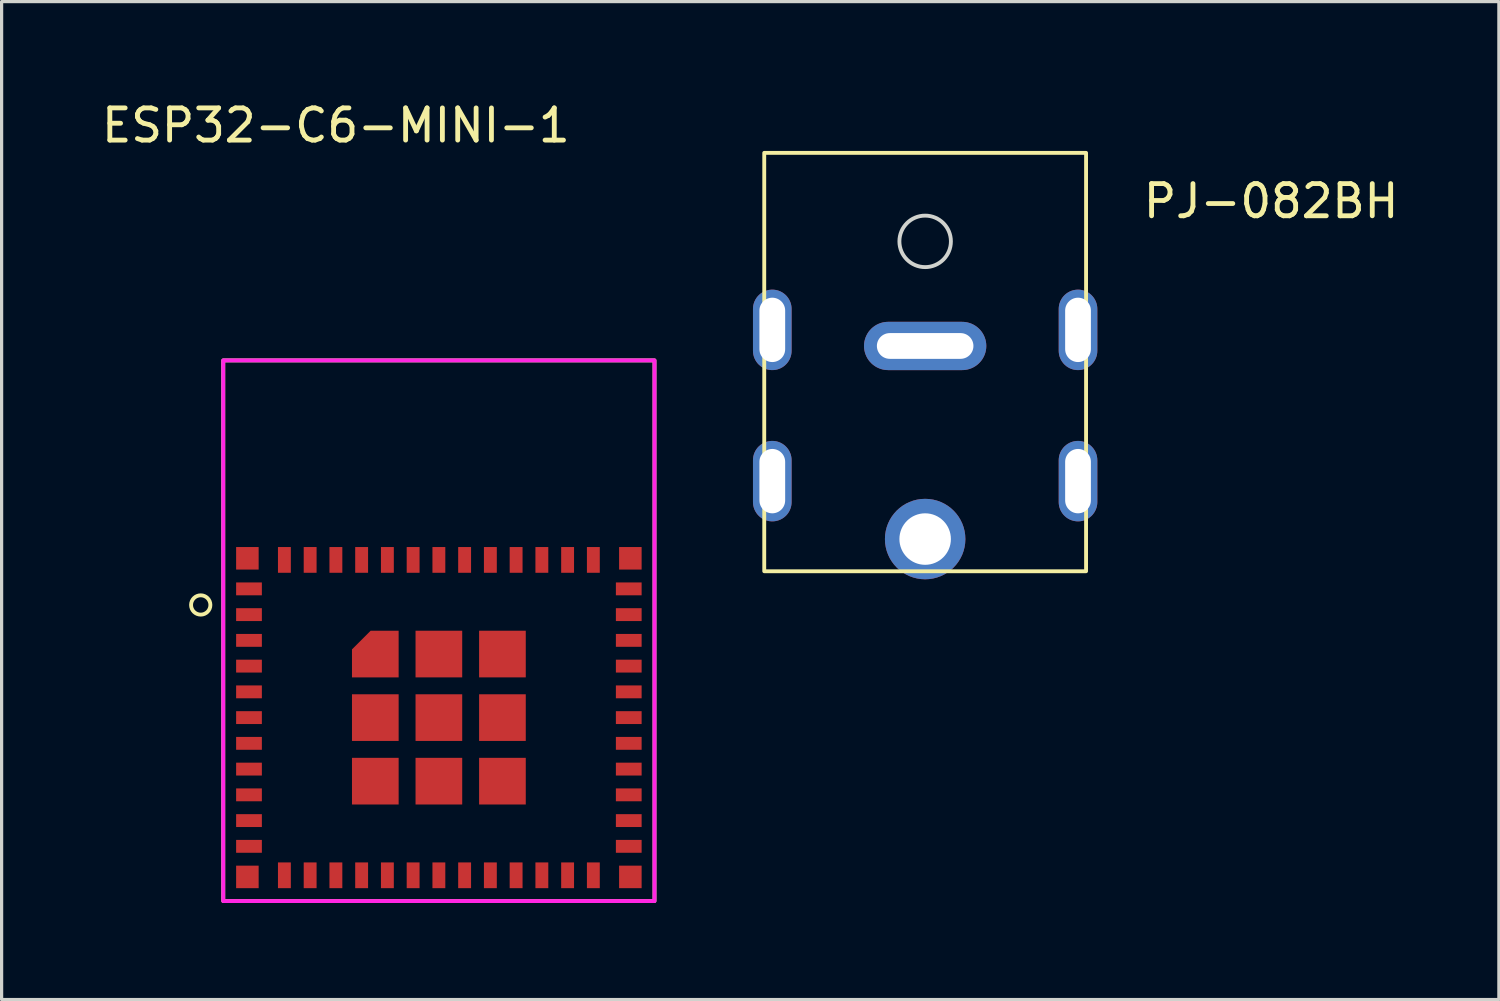
<source format=kicad_pcb>
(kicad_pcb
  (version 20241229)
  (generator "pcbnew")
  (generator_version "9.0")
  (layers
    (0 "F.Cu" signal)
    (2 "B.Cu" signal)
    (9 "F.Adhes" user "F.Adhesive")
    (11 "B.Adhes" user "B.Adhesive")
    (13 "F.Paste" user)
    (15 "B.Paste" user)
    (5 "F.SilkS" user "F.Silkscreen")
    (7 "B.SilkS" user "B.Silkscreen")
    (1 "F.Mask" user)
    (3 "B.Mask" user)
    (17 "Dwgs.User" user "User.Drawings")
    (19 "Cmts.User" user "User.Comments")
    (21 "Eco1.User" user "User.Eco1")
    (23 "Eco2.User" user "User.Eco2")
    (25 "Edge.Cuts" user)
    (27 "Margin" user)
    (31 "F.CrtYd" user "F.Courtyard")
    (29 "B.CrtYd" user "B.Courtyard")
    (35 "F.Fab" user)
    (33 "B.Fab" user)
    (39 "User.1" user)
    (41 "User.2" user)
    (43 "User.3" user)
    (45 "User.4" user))
  (footprint "PJ-082BH"
    (layer "F.Cu")
    (at 25.697 1.7)
    (property "Reference" "PJ-082BH" (at 10.75 1.5 0) (unlocked yes) (layer "F.SilkS") (effects (font (size 1 1) (thickness 0.15))))
    (attr through_hole)
    (fp_rect (start -5 13) (end 5 0) (stroke (width 0.12) (type default)) (fill no) (layer "F.SilkS"))
    (fp_circle (center 0 2.75) (end 0.8 2.75) (stroke (width 0.12) (type default)) (fill no) (layer "Edge.Cuts"))
    (fp_text user "FRONT" (at -2.15 -0.25 0) (unlocked yes) (layer "User.1") (effects (font (size 1 1) (thickness 0.15)) (justify left bottom)))
    (pad "1" thru_hole circle (at 0 12) (size 2.5 2.5) (drill 1.6) (layers "*.Cu" "*.Mask"))
    (pad "2" thru_hole oval (at 0 6) (size 3.8 1.5) (drill oval 3 0.8) (layers "*.Cu" "*.Mask"))
    (pad "MP" thru_hole oval (at -4.75 5.5) (size 1.2 2.5) (drill oval 0.8 2) (layers "*.Cu" "*.Mask"))
    (pad "MP" thru_hole oval (at -4.75 10.2) (size 1.2 2.5) (drill oval 0.8 2) (layers "*.Cu" "*.Mask"))
    (pad "MP" thru_hole oval (at 4.75 5.5) (size 1.2 2.5) (drill oval 0.8 2) (layers "*.Cu" "*.Mask"))
    (pad "MP" thru_hole oval (at 4.75 10.2) (size 1.2 2.5) (drill oval 0.8 2) (layers "*.Cu" "*.Mask")))
  (footprint "ESP32-C6-MINI-1"
    (layer "F.Cu")
    (at 3.987 8.248)
    (property "Reference" "ESP32-C6-MINI-1" (at 3.4 -7.4 0) (unlocked yes) (layer "F.SilkS") (effects (font (size 1 1) (thickness 0.15))))
    (attr smd)
    (fp_rect (start -0.1 -0.1) (end 13.3 16.7) (stroke (width 0.12) (type default)) (fill no) (layer "F.SilkS"))
    (fp_circle (center -0.8 7.5) (end -0.5 7.5) (stroke (width 0.12) (type default)) (fill no) (layer "F.SilkS"))
    (fp_rect (start -0.1 -0.1) (end 13.3 16.7) (stroke (width 0.12) (type default)) (fill no) (layer "F.CrtYd"))
    (fp_text user "ANTENNA" (at 3.7 3.4 0) (unlocked yes) (layer "User.1") (effects (font (size 1 1) (thickness 0.15)) (justify left bottom)))
    (pad "1" smd rect (at 0.7 7 90) (size 0.4 0.8) (layers "F.Cu" "F.Mask" "F.Paste"))
    (pad "2" smd rect (at 0.7 7.8 90) (size 0.4 0.8) (layers "F.Cu" "F.Mask" "F.Paste"))
    (pad "3" smd rect (at 0.7 8.6 90) (size 0.4 0.8) (layers "F.Cu" "F.Mask" "F.Paste"))
    (pad "4" smd rect (at 0.7 9.4 90) (size 0.4 0.8) (layers "F.Cu" "F.Mask" "F.Paste"))
    (pad "5" smd rect (at 0.7 10.2 90) (size 0.4 0.8) (layers "F.Cu" "F.Mask" "F.Paste"))
    (pad "6" smd rect (at 0.7 11 90) (size 0.4 0.8) (layers "F.Cu" "F.Mask" "F.Paste"))
    (pad "7" smd rect (at 0.7 11.8 90) (size 0.4 0.8) (layers "F.Cu" "F.Mask" "F.Paste"))
    (pad "8" smd rect (at 0.7 12.6 90) (size 0.4 0.8) (layers "F.Cu" "F.Mask" "F.Paste"))
    (pad "9" smd rect (at 0.7 13.4 90) (size 0.4 0.8) (layers "F.Cu" "F.Mask" "F.Paste"))
    (pad "10" smd rect (at 0.7 14.2 90) (size 0.4 0.8) (layers "F.Cu" "F.Mask" "F.Paste"))
    (pad "11" smd rect (at 0.7 15 90) (size 0.4 0.8) (layers "F.Cu" "F.Mask" "F.Paste"))
    (pad "12" smd rect (at 1.8 15.9 180) (size 0.4 0.8) (layers "F.Cu" "F.Mask" "F.Paste"))
    (pad "13" smd rect (at 2.6 15.9 180) (size 0.4 0.8) (layers "F.Cu" "F.Mask" "F.Paste"))
    (pad "14" smd rect (at 3.4 15.9 180) (size 0.4 0.8) (layers "F.Cu" "F.Mask" "F.Paste"))
    (pad "15" smd rect (at 4.2 15.9 180) (size 0.4 0.8) (layers "F.Cu" "F.Mask" "F.Paste"))
    (pad "16" smd rect (at 5 15.9 180) (size 0.4 0.8) (layers "F.Cu" "F.Mask" "F.Paste"))
    (pad "17" smd rect (at 5.8 15.9 180) (size 0.4 0.8) (layers "F.Cu" "F.Mask" "F.Paste"))
    (pad "18" smd rect (at 6.6 15.9 180) (size 0.4 0.8) (layers "F.Cu" "F.Mask" "F.Paste"))
    (pad "19" smd rect (at 7.4 15.9 180) (size 0.4 0.8) (layers "F.Cu" "F.Mask" "F.Paste"))
    (pad "20" smd rect (at 8.2 15.9 180) (size 0.4 0.8) (layers "F.Cu" "F.Mask" "F.Paste"))
    (pad "21" smd rect (at 9 15.9 180) (size 0.4 0.8) (layers "F.Cu" "F.Mask" "F.Paste"))
    (pad "22" smd rect (at 9.8 15.9 180) (size 0.4 0.8) (layers "F.Cu" "F.Mask" "F.Paste"))
    (pad "23" smd rect (at 10.6 15.9 180) (size 0.4 0.8) (layers "F.Cu" "F.Mask" "F.Paste"))
    (pad "24" smd rect (at 11.4 15.9 180) (size 0.4 0.8) (layers "F.Cu" "F.Mask" "F.Paste"))
    (pad "25" smd rect (at 12.5 15 270) (size 0.4 0.8) (layers "F.Cu" "F.Mask" "F.Paste"))
    (pad "26" smd rect (at 12.5 14.2 270) (size 0.4 0.8) (layers "F.Cu" "F.Mask" "F.Paste"))
    (pad "27" smd rect (at 12.5 13.4 270) (size 0.4 0.8) (layers "F.Cu" "F.Mask" "F.Paste"))
    (pad "28" smd rect (at 12.5 12.6 270) (size 0.4 0.8) (layers "F.Cu" "F.Mask" "F.Paste"))
    (pad "29" smd rect (at 12.5 11.8 270) (size 0.4 0.8) (layers "F.Cu" "F.Mask" "F.Paste"))
    (pad "30" smd rect (at 12.5 11 270) (size 0.4 0.8) (layers "F.Cu" "F.Mask" "F.Paste"))
    (pad "31" smd rect (at 12.5 10.2 270) (size 0.4 0.8) (layers "F.Cu" "F.Mask" "F.Paste"))
    (pad "32" smd rect (at 12.5 9.4 270) (size 0.4 0.8) (layers "F.Cu" "F.Mask" "F.Paste"))
    (pad "33" smd rect (at 12.5 8.6 270) (size 0.4 0.8) (layers "F.Cu" "F.Mask" "F.Paste"))
    (pad "34" smd rect (at 12.5 7.8 270) (size 0.4 0.8) (layers "F.Cu" "F.Mask" "F.Paste"))
    (pad "35" smd rect (at 12.5 7 270) (size 0.4 0.8) (layers "F.Cu" "F.Mask" "F.Paste"))
    (pad "36" smd rect (at 11.4 6.1) (size 0.4 0.8) (layers "F.Cu" "F.Mask" "F.Paste"))
    (pad "37" smd rect (at 10.6 6.1) (size 0.4 0.8) (layers "F.Cu" "F.Mask" "F.Paste"))
    (pad "38" smd rect (at 9.8 6.1) (size 0.4 0.8) (layers "F.Cu" "F.Mask" "F.Paste"))
    (pad "39" smd rect (at 9 6.1) (size 0.4 0.8) (layers "F.Cu" "F.Mask" "F.Paste"))
    (pad "40" smd rect (at 8.2 6.1) (size 0.4 0.8) (layers "F.Cu" "F.Mask" "F.Paste"))
    (pad "41" smd rect (at 7.4 6.1) (size 0.4 0.8) (layers "F.Cu" "F.Mask" "F.Paste"))
    (pad "42" smd rect (at 6.6 6.1) (size 0.4 0.8) (layers "F.Cu" "F.Mask" "F.Paste"))
    (pad "43" smd rect (at 5.8 6.1) (size 0.4 0.8) (layers "F.Cu" "F.Mask" "F.Paste"))
    (pad "44" smd rect (at 5 6.1) (size 0.4 0.8) (layers "F.Cu" "F.Mask" "F.Paste"))
    (pad "45" smd rect (at 4.2 6.1) (size 0.4 0.8) (layers "F.Cu" "F.Mask" "F.Paste"))
    (pad "46" smd rect (at 3.4 6.1) (size 0.4 0.8) (layers "F.Cu" "F.Mask" "F.Paste"))
    (pad "47" smd rect (at 2.6 6.1) (size 0.4 0.8) (layers "F.Cu" "F.Mask" "F.Paste"))
    (pad "48" smd rect (at 1.8 6.1) (size 0.4 0.8) (layers "F.Cu" "F.Mask" "F.Paste"))
    (pad "49" smd rect (at 6.6 11) (size 1.45 1.45) (layers "F.Cu" "F.Mask" "F.Paste"))
    (pad "50" smd rect (at 12.55 6.05) (size 0.7 0.7) (layers "F.Cu" "F.Mask" "F.Paste"))
    (pad "51" smd rect (at 12.55 15.95) (size 0.7 0.7) (layers "F.Cu" "F.Mask" "F.Paste"))
    (pad "52" smd rect (at 0.65 15.95) (size 0.7 0.7) (layers "F.Cu" "F.Mask" "F.Paste"))
    (pad "53" smd rect (at 0.65 6.05) (size 0.7 0.7) (layers "F.Cu" "F.Mask" "F.Paste"))
    (pad "54" smd roundrect (at 4.625 9.025) (size 1.45 1.45) (layers "F.Cu" "F.Mask" "F.Paste") (roundrect_rratio 0) (chamfer_ratio 0.4) (chamfer top_left))
    (pad "55" smd rect (at 6.6 9.025) (size 1.45 1.45) (layers "F.Cu" "F.Mask" "F.Paste"))
    (pad "56" smd rect (at 8.575 9.025) (size 1.45 1.45) (layers "F.Cu" "F.Mask" "F.Paste"))
    (pad "57" smd rect (at 4.625 11) (size 1.45 1.45) (layers "F.Cu" "F.Mask" "F.Paste"))
    (pad "58" smd rect (at 8.575 11) (size 1.45 1.45) (layers "F.Cu" "F.Mask" "F.Paste"))
    (pad "59" smd rect (at 4.625 12.975) (size 1.45 1.45) (layers "F.Cu" "F.Mask" "F.Paste"))
    (pad "60" smd rect (at 6.6 12.975) (size 1.45 1.45) (layers "F.Cu" "F.Mask" "F.Paste"))
    (pad "61" smd rect (at 8.575 12.975) (size 1.45 1.45) (layers "F.Cu" "F.Mask" "F.Paste"))
    (zone (net_name "") (layers "F.Cu" "B.Cu" "F.CrtYd") (hatch edge 0.5) (connect_pads) (min_thickness 0.25) (filled_areas_thickness no) (keepout (tracks not_allowed) (vias not_allowed) (pads allowed) (copperpour not_allowed) (footprints allowed)) (placement (enabled no)) (fill) (polygon (pts (xy 3.887 8.148) (xy 17.287 8.148) (xy 17.287 13.648) (xy 3.887 13.648)))))
  (gr_rect
    (start -3 -3)
    (end 43.524 28.008)
    (stroke (width 0.1) (type default))
    (fill no)
    (layer "Edge.Cuts")))
</source>
